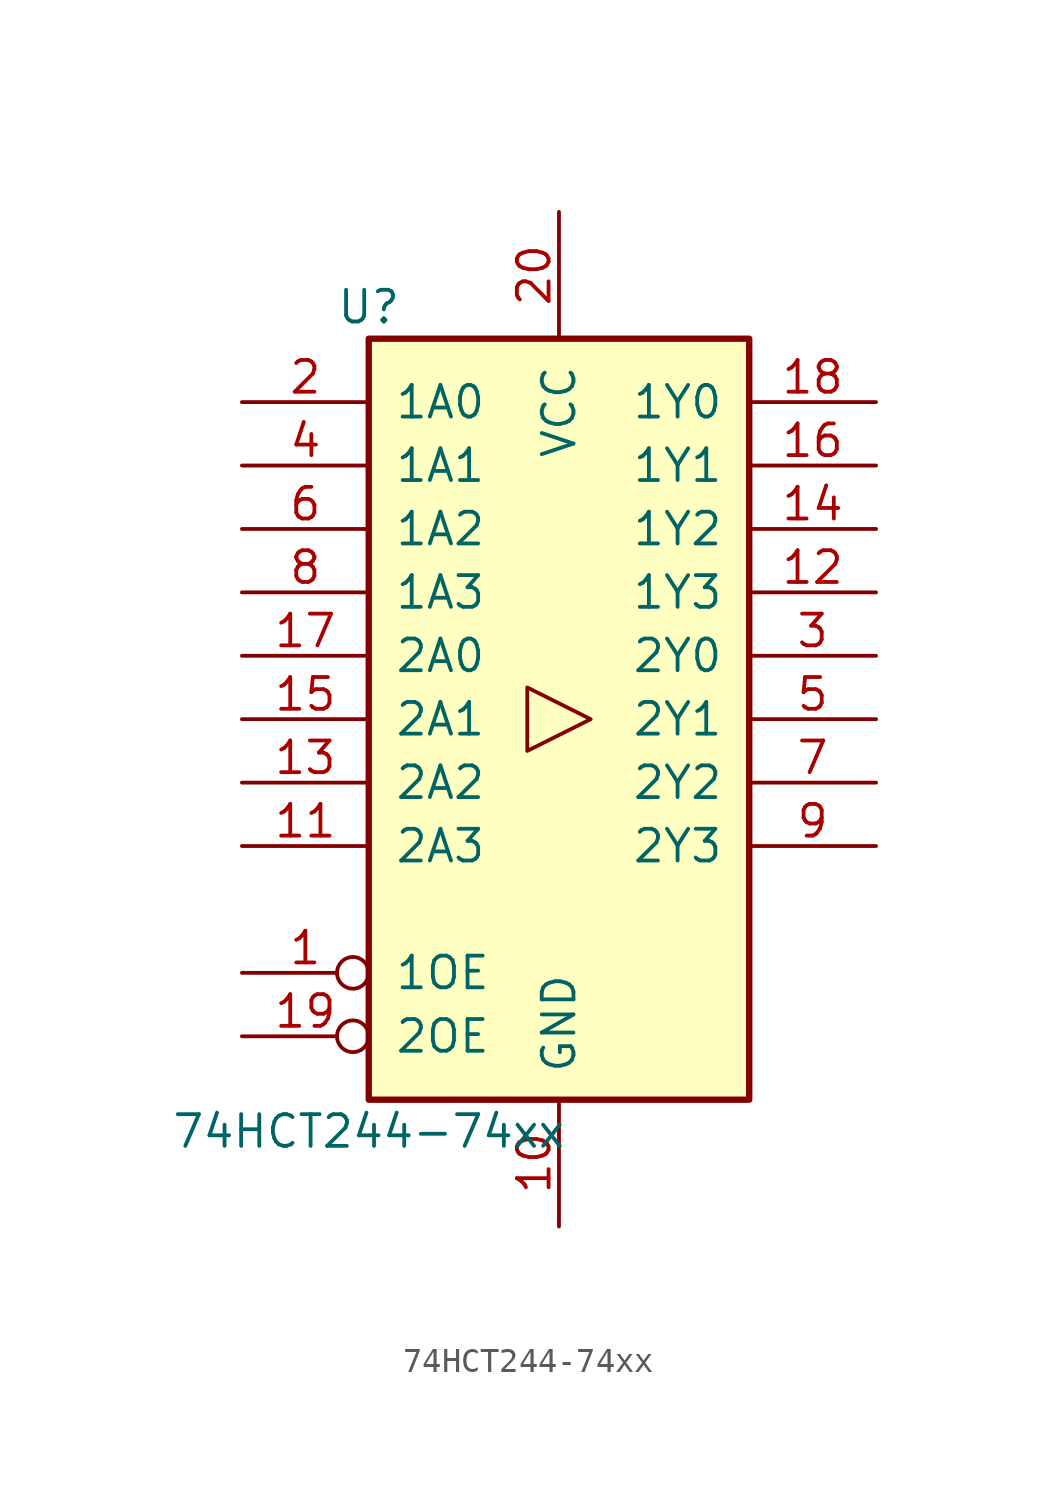
<source format=kicad_sym>
(kicad_symbol_lib
  (version 20231120)
  (generator "kicad_symbol_editor")
  (generator_version "8.0")
  (symbol "74HCT244-74xx"
    (pin_names
      (offset 1.016))
    (property "Reference" "U"
      (at -7.62 16.51 0)
      (effects (font (size 1.27 1.27))))
    (property "Value" "74HCT244-74xx"
      (at -7.62 -16.51 0)
      (effects (font (size 1.27 1.27))))
    (property "ki_locked" ""
      (at 0 0 0)
      (effects (font (size 1.27 1.27))))
    (symbol "74HCT244-74xx_1_0"
      (polyline (pts (xy 1.27 0) (xy -1.27 1.27) (xy -1.27 -1.27) (xy 1.27 0)) (stroke (width 0.152) (type solid)) (fill (type none)))
      (pin input inverted (at -12.7 -10.16 0) (length 5.08) (name "1OE" (effects (font (size 1.27 1.27)))) (number "1" (effects (font (size 1.27 1.27)))))
      (pin power_in line (at 0 -20.32 90) (length 5.08) (name "GND" (effects (font (size 1.27 1.27)))) (number "10" (effects (font (size 1.27 1.27)))))
      (pin input line (at -12.7 -5.08 0) (length 5.08) (name "2A3" (effects (font (size 1.27 1.27)))) (number "11" (effects (font (size 1.27 1.27)))))
      (pin output line (at 12.7 5.08 180) (length 5.08) (name "1Y3" (effects (font (size 1.27 1.27)))) (number "12" (effects (font (size 1.27 1.27)))))
      (pin input line (at -12.7 -2.54 0) (length 5.08) (name "2A2" (effects (font (size 1.27 1.27)))) (number "13" (effects (font (size 1.27 1.27)))))
      (pin output line (at 12.7 7.62 180) (length 5.08) (name "1Y2" (effects (font (size 1.27 1.27)))) (number "14" (effects (font (size 1.27 1.27)))))
      (pin input line (at -12.7 0 0) (length 5.08) (name "2A1" (effects (font (size 1.27 1.27)))) (number "15" (effects (font (size 1.27 1.27)))))
      (pin output line (at 12.7 10.16 180) (length 5.08) (name "1Y1" (effects (font (size 1.27 1.27)))) (number "16" (effects (font (size 1.27 1.27)))))
      (pin input line (at -12.7 2.54 0) (length 5.08) (name "2A0" (effects (font (size 1.27 1.27)))) (number "17" (effects (font (size 1.27 1.27)))))
      (pin output line (at 12.7 12.7 180) (length 5.08) (name "1Y0" (effects (font (size 1.27 1.27)))) (number "18" (effects (font (size 1.27 1.27)))))
      (pin input inverted (at -12.7 -12.7 0) (length 5.08) (name "2OE" (effects (font (size 1.27 1.27)))) (number "19" (effects (font (size 1.27 1.27)))))
      (pin input line (at -12.7 12.7 0) (length 5.08) (name "1A0" (effects (font (size 1.27 1.27)))) (number "2" (effects (font (size 1.27 1.27)))))
      (pin power_in line (at 0 20.32 270) (length 5.08) (name "VCC" (effects (font (size 1.27 1.27)))) (number "20" (effects (font (size 1.27 1.27)))))
      (pin output line (at 12.7 2.54 180) (length 5.08) (name "2Y0" (effects (font (size 1.27 1.27)))) (number "3" (effects (font (size 1.27 1.27)))))
      (pin input line (at -12.7 10.16 0) (length 5.08) (name "1A1" (effects (font (size 1.27 1.27)))) (number "4" (effects (font (size 1.27 1.27)))))
      (pin output line (at 12.7 0 180) (length 5.08) (name "2Y1" (effects (font (size 1.27 1.27)))) (number "5" (effects (font (size 1.27 1.27)))))
      (pin input line (at -12.7 7.62 0) (length 5.08) (name "1A2" (effects (font (size 1.27 1.27)))) (number "6" (effects (font (size 1.27 1.27)))))
      (pin output line (at 12.7 -2.54 180) (length 5.08) (name "2Y2" (effects (font (size 1.27 1.27)))) (number "7" (effects (font (size 1.27 1.27)))))
      (pin input line (at -12.7 5.08 0) (length 5.08) (name "1A3" (effects (font (size 1.27 1.27)))) (number "8" (effects (font (size 1.27 1.27)))))
      (pin output line (at 12.7 -5.08 180) (length 5.08) (name "2Y3" (effects (font (size 1.27 1.27)))) (number "9" (effects (font (size 1.27 1.27))))))
    (symbol "74HCT244-74xx_1_1"
      (rectangle (start -7.62 15.24) (end 7.62 -15.24) (stroke (width 0.254) (type solid)) (fill (type background))))))
</source>
